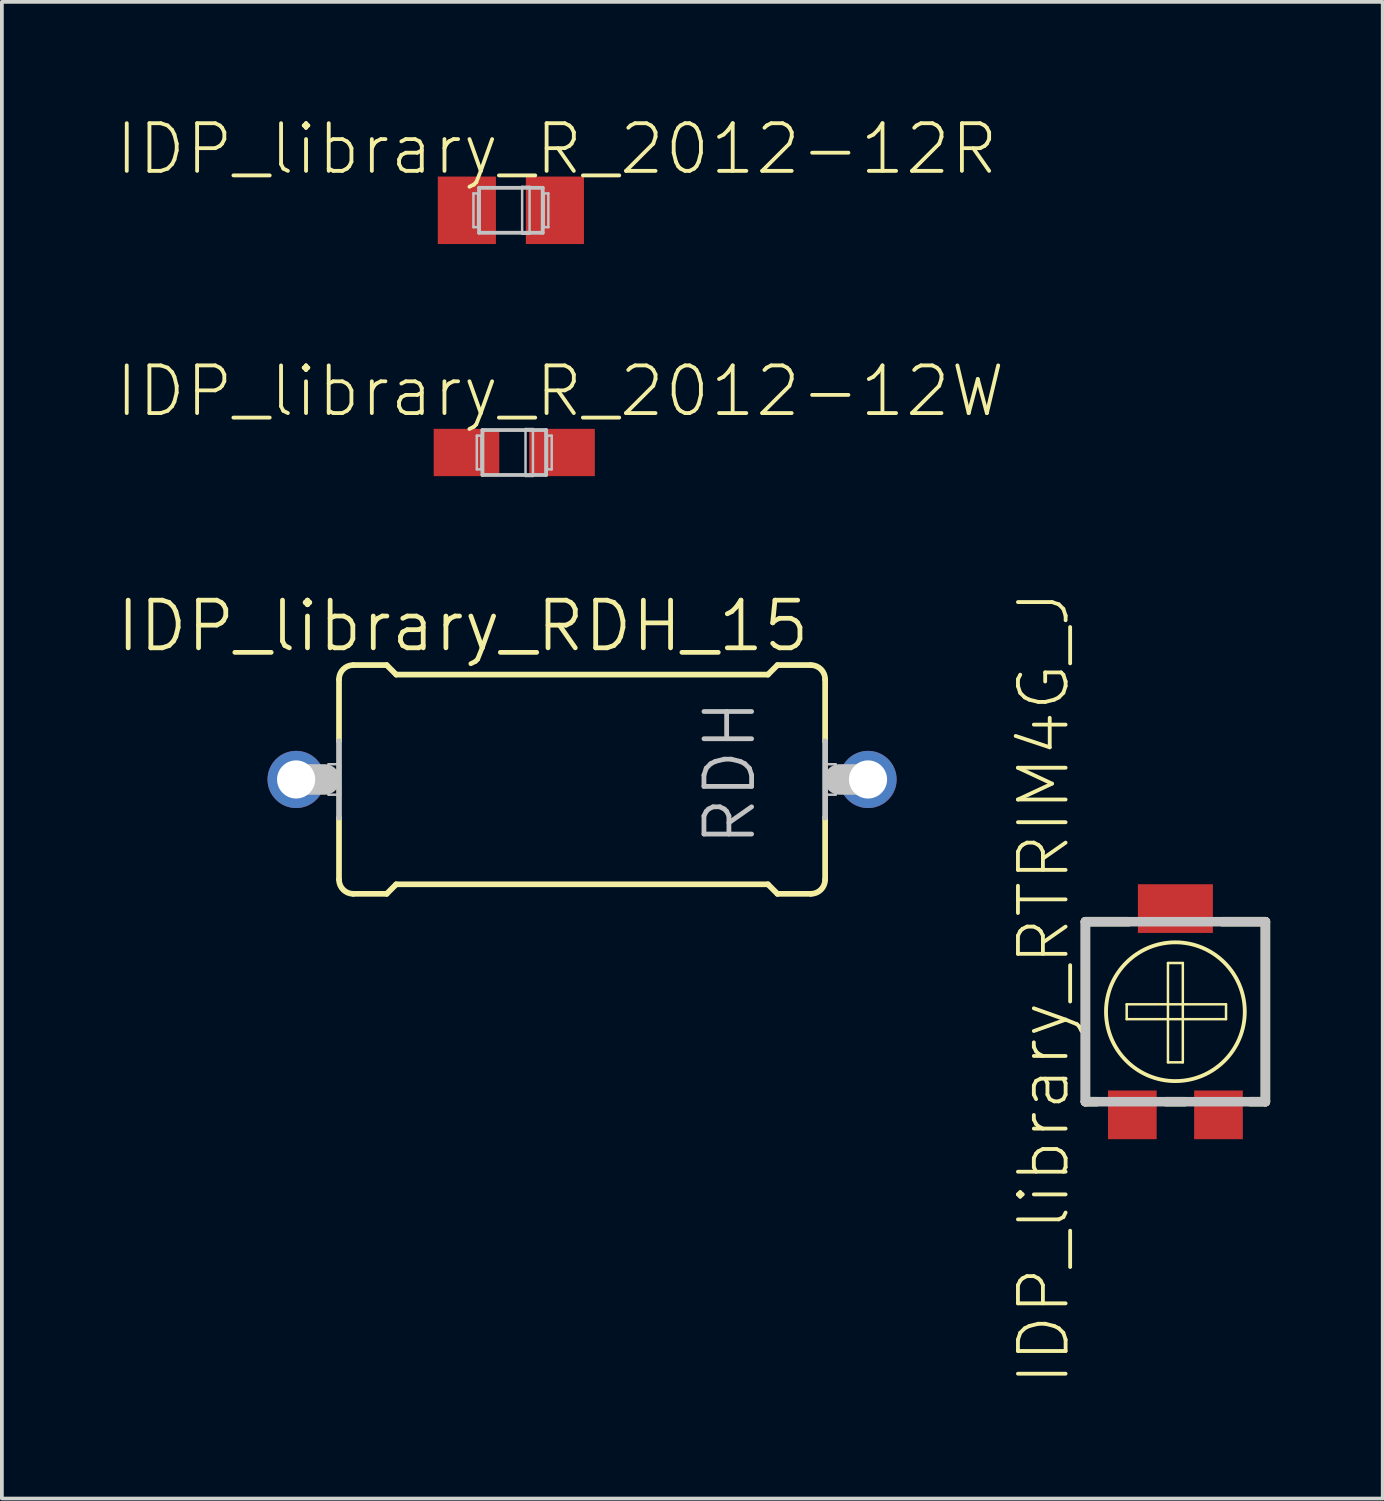
<source format=kicad_pcb>
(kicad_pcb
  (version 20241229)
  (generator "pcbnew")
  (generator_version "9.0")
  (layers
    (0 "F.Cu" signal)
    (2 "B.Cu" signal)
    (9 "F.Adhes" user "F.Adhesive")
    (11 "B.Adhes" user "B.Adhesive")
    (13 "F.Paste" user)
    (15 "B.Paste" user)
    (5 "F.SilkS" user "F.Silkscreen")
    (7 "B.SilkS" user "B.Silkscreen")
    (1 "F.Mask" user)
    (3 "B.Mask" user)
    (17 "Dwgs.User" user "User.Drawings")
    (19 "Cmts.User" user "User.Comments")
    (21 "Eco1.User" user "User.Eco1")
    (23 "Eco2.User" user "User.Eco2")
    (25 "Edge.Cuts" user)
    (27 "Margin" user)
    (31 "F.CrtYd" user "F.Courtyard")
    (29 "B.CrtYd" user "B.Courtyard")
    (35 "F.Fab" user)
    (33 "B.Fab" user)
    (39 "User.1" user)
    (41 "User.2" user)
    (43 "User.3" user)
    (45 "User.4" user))
  (footprint "IDP_library_RDH_15"
    (layer "F.Cu")
    (at 12.461 17.721)
    (property "Reference" "IDP_library_RDH_15" (at -3.175 -4.089 0) (layer "F.SilkS") (effects (font (size 1.27 1.27) (thickness 0.127))))
    (attr exclude_from_pos_files exclude_from_bom)
    (fp_line (start -6.477 -1.016) (end -6.477 -2.667) (stroke (width 0.152) (type solid)) (layer "F.SilkS"))
    (fp_line (start -6.477 2.667) (end -6.477 1.016) (stroke (width 0.152) (type solid)) (layer "F.SilkS"))
    (fp_line (start -6.096 -3.048) (end -5.207 -3.048) (stroke (width 0.152) (type solid)) (layer "F.SilkS"))
    (fp_line (start -6.096 3.048) (end -5.207 3.048) (stroke (width 0.152) (type solid)) (layer "F.SilkS"))
    (fp_line (start -4.953 -2.794) (end -5.207 -3.048) (stroke (width 0.152) (type solid)) (layer "F.SilkS"))
    (fp_line (start -4.953 2.794) (end -5.207 3.048) (stroke (width 0.152) (type solid)) (layer "F.SilkS"))
    (fp_line (start 4.953 -2.794) (end -4.953 -2.794) (stroke (width 0.152) (type solid)) (layer "F.SilkS"))
    (fp_line (start 4.953 -2.794) (end 5.207 -3.048) (stroke (width 0.152) (type solid)) (layer "F.SilkS"))
    (fp_line (start 4.953 2.794) (end -4.953 2.794) (stroke (width 0.152) (type solid)) (layer "F.SilkS"))
    (fp_line (start 4.953 2.794) (end 5.207 3.048) (stroke (width 0.152) (type solid)) (layer "F.SilkS"))
    (fp_line (start 6.096 -3.048) (end 5.207 -3.048) (stroke (width 0.152) (type solid)) (layer "F.SilkS"))
    (fp_line (start 6.096 3.048) (end 5.207 3.048) (stroke (width 0.152) (type solid)) (layer "F.SilkS"))
    (fp_line (start 6.477 -1.016) (end 6.477 -2.667) (stroke (width 0.152) (type solid)) (layer "F.SilkS"))
    (fp_line (start 6.477 2.667) (end 6.477 1.016) (stroke (width 0.152) (type solid)) (layer "F.SilkS"))
    (fp_arc (start -6.477 -2.667) (mid -6.365408 -2.936408) (end -6.096 -3.048) (stroke (width 0.1524) (type solid)) (layer "F.SilkS"))
    (fp_arc (start -6.096 3.048) (mid -6.365408 2.936408) (end -6.477 2.667) (stroke (width 0.1524) (type solid)) (layer "F.SilkS"))
    (fp_arc (start 6.096 -3.048) (mid 6.365408 -2.936408) (end 6.477 -2.667) (stroke (width 0.1524) (type solid)) (layer "F.SilkS"))
    (fp_arc (start 6.477 2.667) (mid 6.365408 2.936408) (end 6.096 3.048) (stroke (width 0.1524) (type solid)) (layer "F.SilkS"))
    (fp_line (start -7.62 0) (end -6.858 0) (stroke (width 0.813) (type solid)) (layer "Dwgs.User"))
    (fp_line (start -6.756 -0.406) (end -6.452 -0.406) (stroke (width 0.066) (type solid)) (layer "Dwgs.User"))
    (fp_line (start -6.756 0.406) (end -6.756 -0.406) (stroke (width 0.066) (type solid)) (layer "Dwgs.User"))
    (fp_line (start -6.756 0.406) (end -6.452 0.406) (stroke (width 0.066) (type solid)) (layer "Dwgs.User"))
    (fp_line (start -6.477 -1.016) (end -6.477 1.016) (stroke (width 0.152) (type solid)) (layer "Dwgs.User"))
    (fp_line (start -6.452 0.406) (end -6.452 -0.406) (stroke (width 0.066) (type solid)) (layer "Dwgs.User"))
    (fp_line (start 6.452 -0.406) (end 6.756 -0.406) (stroke (width 0.066) (type solid)) (layer "Dwgs.User"))
    (fp_line (start 6.452 0.406) (end 6.452 -0.406) (stroke (width 0.066) (type solid)) (layer "Dwgs.User"))
    (fp_line (start 6.452 0.406) (end 6.756 0.406) (stroke (width 0.066) (type solid)) (layer "Dwgs.User"))
    (fp_line (start 6.477 -1.016) (end 6.477 1.016) (stroke (width 0.152) (type solid)) (layer "Dwgs.User"))
    (fp_line (start 6.756 0.406) (end 6.756 -0.406) (stroke (width 0.066) (type solid)) (layer "Dwgs.User"))
    (fp_line (start 6.858 0) (end 7.62 0) (stroke (width 0.813) (type solid)) (layer "Dwgs.User"))
    (fp_text user "RDH" (at 3.937 -0.178 90) (layer "Dwgs.User") (effects (font (size 1.27 1.27) (thickness 0.127))))
    (pad "1" thru_hole circle (at -7.62 0) (size 1.524 1.524) (drill 1.016) (layers "*.Cu" "*.Paste" "*.Mask"))
    (pad "2" thru_hole circle (at 7.62 0) (size 1.524 1.524) (drill 1.016) (layers "*.Cu" "*.Paste" "*.Mask")))
  (footprint "IDP_library_R_2012-12W"
    (layer "F.Cu")
    (at 10.654 9.008)
    (property "Reference" "IDP_library_R_2012-12W" (at 1.224 -1.633 0) (layer "F.SilkS") (effects (font (size 1.27 1.27) (thickness 0.102))))
    (attr smd)
    (fp_line (start -0.998 -0.45) (end -0.874 -0.45) (stroke (width 0.066) (type solid)) (layer "Dwgs.User"))
    (fp_line (start -0.998 0.45) (end -0.998 -0.45) (stroke (width 0.066) (type solid)) (layer "Dwgs.User"))
    (fp_line (start -0.998 0.45) (end -0.874 0.45) (stroke (width 0.066) (type solid)) (layer "Dwgs.User"))
    (fp_line (start -0.874 0.45) (end -0.874 -0.45) (stroke (width 0.066) (type solid)) (layer "Dwgs.User"))
    (fp_line (start -0.848 -0.599) (end 0.848 -0.599) (stroke (width 0.102) (type solid)) (layer "Dwgs.User"))
    (fp_line (start -0.848 0.599) (end -0.848 -0.599) (stroke (width 0.102) (type solid)) (layer "Dwgs.User"))
    (fp_line (start 0.3 -0.625) (end 0.498 -0.625) (stroke (width 0.066) (type solid)) (layer "Dwgs.User"))
    (fp_line (start 0.3 0.625) (end 0.3 -0.625) (stroke (width 0.066) (type solid)) (layer "Dwgs.User"))
    (fp_line (start 0.3 0.625) (end 0.498 0.625) (stroke (width 0.066) (type solid)) (layer "Dwgs.User"))
    (fp_line (start 0.498 0.625) (end 0.498 -0.625) (stroke (width 0.066) (type solid)) (layer "Dwgs.User"))
    (fp_line (start 0.848 -0.599) (end 0.848 0.599) (stroke (width 0.102) (type solid)) (layer "Dwgs.User"))
    (fp_line (start 0.848 0.599) (end -0.848 0.599) (stroke (width 0.102) (type solid)) (layer "Dwgs.User"))
    (fp_line (start 0.874 -0.45) (end 0.998 -0.45) (stroke (width 0.066) (type solid)) (layer "Dwgs.User"))
    (fp_line (start 0.874 0.45) (end 0.874 -0.45) (stroke (width 0.066) (type solid)) (layer "Dwgs.User"))
    (fp_line (start 0.874 0.45) (end 0.998 0.45) (stroke (width 0.066) (type solid)) (layer "Dwgs.User"))
    (fp_line (start 0.998 0.45) (end 0.998 -0.45) (stroke (width 0.066) (type solid)) (layer "Dwgs.User"))
    (pad "+" smd rect (at 1.273 0) (size 1.748 1.26) (layers "F.Cu" "F.Mask" "F.Paste"))
    (pad "-" smd rect (at -1.273 0) (size 1.748 1.26) (layers "F.Cu" "F.Mask" "F.Paste")))
  (footprint "IDP_library_RTRIM4G_J"
    (layer "F.Cu")
    (at 28.272 23.91)
    (property "Reference" "IDP_library_RTRIM4G_J" (at -3.508 -0.635 90) (layer "F.SilkS") (effects (font (size 1.27 1.27) (thickness 0.102))))
    (attr smd)
    (fp_line (start -2.398 -2.398) (end -1.25 -2.398) (stroke (width 0.254) (type solid)) (layer "F.SilkS"))
    (fp_line (start -2.398 2.398) (end -2.398 -2.398) (stroke (width 0.254) (type solid)) (layer "F.SilkS"))
    (fp_line (start -2.098 2.398) (end -2.398 2.398) (stroke (width 0.254) (type solid)) (layer "F.SilkS"))
    (fp_line (start -1.298 -0.198) (end 1.349 -0.198) (stroke (width 0.066) (type solid)) (layer "F.SilkS"))
    (fp_line (start -1.298 0.198) (end -1.298 -0.198) (stroke (width 0.066) (type solid)) (layer "F.SilkS"))
    (fp_line (start -1.298 0.198) (end 1.349 0.198) (stroke (width 0.066) (type solid)) (layer "F.SilkS"))
    (fp_line (start -0.249 2.398) (end 0.249 2.398) (stroke (width 0.254) (type solid)) (layer "F.SilkS"))
    (fp_line (start -0.198 -1.298) (end 0.198 -1.298) (stroke (width 0.066) (type solid)) (layer "F.SilkS"))
    (fp_line (start -0.198 1.349) (end -0.198 -1.298) (stroke (width 0.066) (type solid)) (layer "F.SilkS"))
    (fp_line (start -0.198 1.349) (end 0.198 1.349) (stroke (width 0.066) (type solid)) (layer "F.SilkS"))
    (fp_line (start 0.198 1.349) (end 0.198 -1.298) (stroke (width 0.066) (type solid)) (layer "F.SilkS"))
    (fp_line (start 1.349 0.198) (end 1.349 -0.198) (stroke (width 0.066) (type solid)) (layer "F.SilkS"))
    (fp_line (start 1.999 2.398) (end 2.398 2.398) (stroke (width 0.254) (type solid)) (layer "F.SilkS"))
    (fp_line (start 2.398 -2.398) (end 1.25 -2.398) (stroke (width 0.254) (type solid)) (layer "F.SilkS"))
    (fp_line (start 2.398 2.398) (end 2.398 -2.398) (stroke (width 0.254) (type solid)) (layer "F.SilkS"))
    (fp_circle (center 0 0) (end 0 -1.849) (stroke (width 0.102) (type solid)) (fill no) (layer "F.SilkS"))
    (fp_line (start -2.398 -2.398) (end -2.398 2.398) (stroke (width 0.254) (type solid)) (layer "Dwgs.User"))
    (fp_line (start -2.398 2.398) (end 2.398 2.398) (stroke (width 0.254) (type solid)) (layer "Dwgs.User"))
    (fp_line (start 2.398 -2.398) (end -2.398 -2.398) (stroke (width 0.254) (type solid)) (layer "Dwgs.User"))
    (fp_line (start 2.398 2.398) (end 2.398 -2.398) (stroke (width 0.254) (type solid)) (layer "Dwgs.User"))
    (pad "1" smd rect (at -1.148 2.748) (size 1.298 1.298) (layers "F.Cu" "F.Mask" "F.Paste"))
    (pad "2" smd rect (at 0 -2.748) (size 1.999 1.298) (layers "F.Cu" "F.Mask" "F.Paste"))
    (pad "3" smd rect (at 1.148 2.748) (size 1.298 1.298) (layers "F.Cu" "F.Mask" "F.Paste")))
  (footprint "IDP_library_R_2012-12R"
    (layer "F.Cu")
    (at 10.564 2.554)
    (property "Reference" "IDP_library_R_2012-12R" (at 1.224 -1.633 0) (layer "F.SilkS") (effects (font (size 1.27 1.27) (thickness 0.102))))
    (attr smd)
    (fp_line (start -0.998 -0.45) (end -0.874 -0.45) (stroke (width 0.066) (type solid)) (layer "Dwgs.User"))
    (fp_line (start -0.998 0.45) (end -0.998 -0.45) (stroke (width 0.066) (type solid)) (layer "Dwgs.User"))
    (fp_line (start -0.998 0.45) (end -0.874 0.45) (stroke (width 0.066) (type solid)) (layer "Dwgs.User"))
    (fp_line (start -0.874 0.45) (end -0.874 -0.45) (stroke (width 0.066) (type solid)) (layer "Dwgs.User"))
    (fp_line (start -0.848 -0.599) (end 0.848 -0.599) (stroke (width 0.102) (type solid)) (layer "Dwgs.User"))
    (fp_line (start -0.848 0.599) (end -0.848 -0.599) (stroke (width 0.102) (type solid)) (layer "Dwgs.User"))
    (fp_line (start 0.3 -0.625) (end 0.498 -0.625) (stroke (width 0.066) (type solid)) (layer "Dwgs.User"))
    (fp_line (start 0.3 0.625) (end 0.3 -0.625) (stroke (width 0.066) (type solid)) (layer "Dwgs.User"))
    (fp_line (start 0.3 0.625) (end 0.498 0.625) (stroke (width 0.066) (type solid)) (layer "Dwgs.User"))
    (fp_line (start 0.498 0.625) (end 0.498 -0.625) (stroke (width 0.066) (type solid)) (layer "Dwgs.User"))
    (fp_line (start 0.848 -0.599) (end 0.848 0.599) (stroke (width 0.102) (type solid)) (layer "Dwgs.User"))
    (fp_line (start 0.848 0.599) (end -0.848 0.599) (stroke (width 0.102) (type solid)) (layer "Dwgs.User"))
    (fp_line (start 0.874 -0.45) (end 0.998 -0.45) (stroke (width 0.066) (type solid)) (layer "Dwgs.User"))
    (fp_line (start 0.874 0.45) (end 0.874 -0.45) (stroke (width 0.066) (type solid)) (layer "Dwgs.User"))
    (fp_line (start 0.874 0.45) (end 0.998 0.45) (stroke (width 0.066) (type solid)) (layer "Dwgs.User"))
    (fp_line (start 0.998 0.45) (end 0.998 -0.45) (stroke (width 0.066) (type solid)) (layer "Dwgs.User"))
    (pad "+" smd rect (at 1.173 0) (size 1.549 1.798) (layers "F.Cu" "F.Mask" "F.Paste"))
    (pad "-" smd rect (at -1.173 0) (size 1.549 1.798) (layers "F.Cu" "F.Mask" "F.Paste")))
  (gr_rect
    (start -3 -3)
    (end 33.797 36.883)
    (stroke (width 0.1) (type default))
    (fill no)
    (layer "Edge.Cuts")))
</source>
